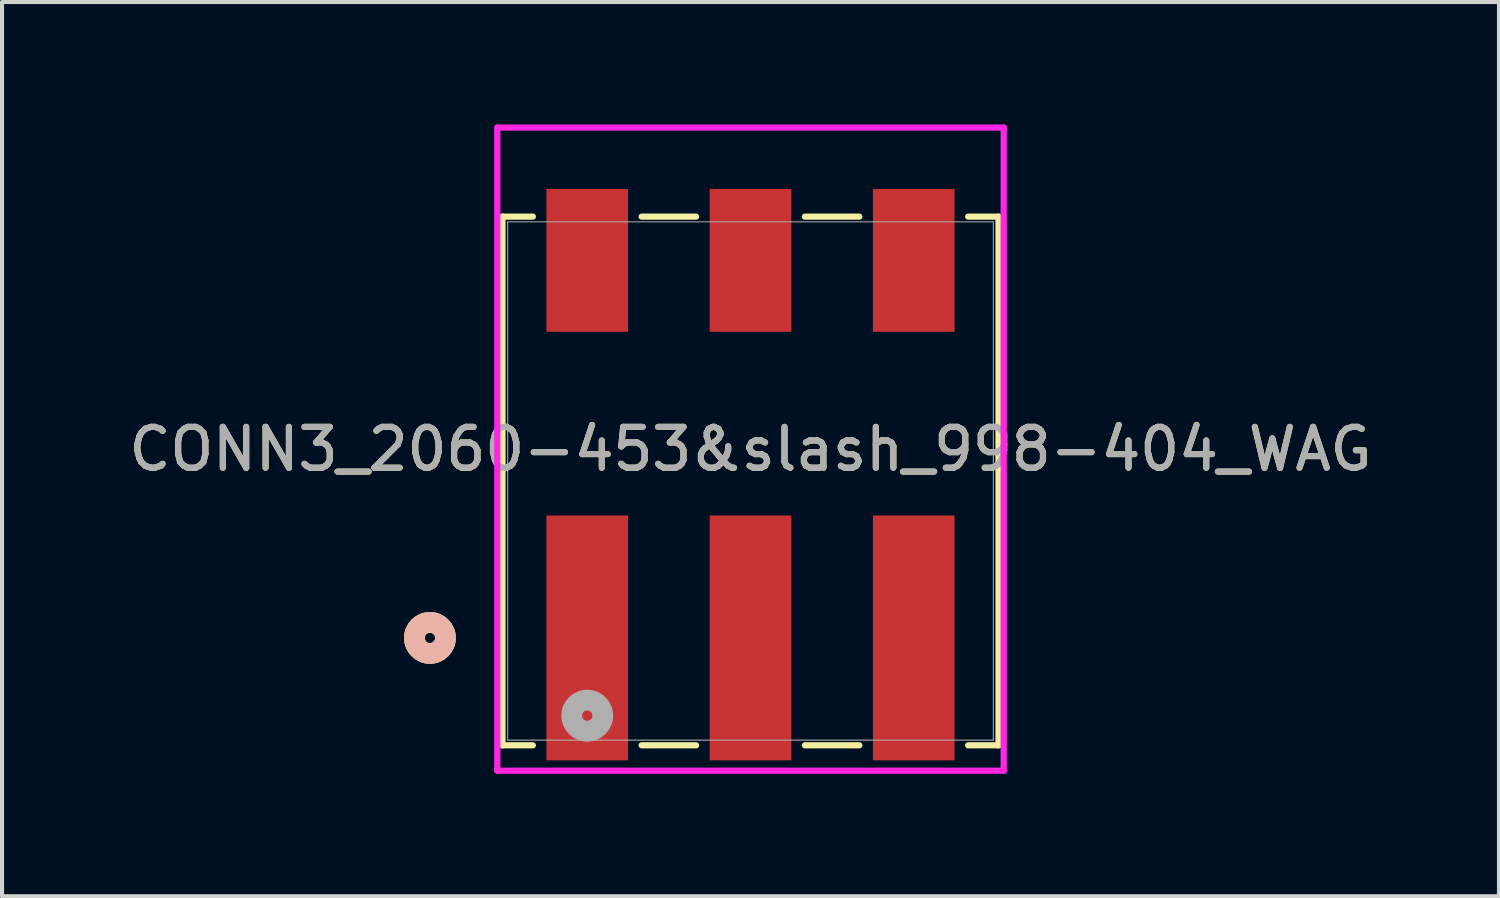
<source format=kicad_pcb>
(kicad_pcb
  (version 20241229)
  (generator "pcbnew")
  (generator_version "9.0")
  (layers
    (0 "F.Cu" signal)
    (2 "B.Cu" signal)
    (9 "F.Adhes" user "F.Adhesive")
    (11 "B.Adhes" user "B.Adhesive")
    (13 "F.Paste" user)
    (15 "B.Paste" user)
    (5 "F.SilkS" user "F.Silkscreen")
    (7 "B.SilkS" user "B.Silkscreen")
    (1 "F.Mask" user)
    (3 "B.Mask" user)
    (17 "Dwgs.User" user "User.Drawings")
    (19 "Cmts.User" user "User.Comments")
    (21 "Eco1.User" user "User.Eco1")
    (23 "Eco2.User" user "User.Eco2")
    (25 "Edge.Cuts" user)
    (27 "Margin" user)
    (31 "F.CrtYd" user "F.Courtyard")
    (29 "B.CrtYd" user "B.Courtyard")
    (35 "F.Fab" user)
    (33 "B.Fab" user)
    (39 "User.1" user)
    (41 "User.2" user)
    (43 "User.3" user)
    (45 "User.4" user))
  (footprint "CONN3_2060-453&slash_998-404_WAG"
    (layer "F.Cu")
    (at 15.339 8.735)
    (property "Reference" "CONN3_2060-453&slash_998-404_WAG" (at 0 -0.78 0) (unlocked yes) (layer "F.SilkS") (effects (font (size 1 1) (thickness 0.15))))
    (attr smd)
    (fp_line (start -6.077 -6.477) (end -6.077 6.477) (stroke (width 0.152) (type solid)) (layer "F.SilkS"))
    (fp_line (start -6.077 6.477) (end -5.333 6.477) (stroke (width 0.152) (type solid)) (layer "F.SilkS"))
    (fp_line (start -5.333 -6.477) (end -6.077 -6.477) (stroke (width 0.152) (type solid)) (layer "F.SilkS"))
    (fp_line (start -2.667 6.477) (end -1.333 6.477) (stroke (width 0.152) (type solid)) (layer "F.SilkS"))
    (fp_line (start -1.333 -6.477) (end -2.667 -6.477) (stroke (width 0.152) (type solid)) (layer "F.SilkS"))
    (fp_line (start 1.333 6.477) (end 2.667 6.477) (stroke (width 0.152) (type solid)) (layer "F.SilkS"))
    (fp_line (start 2.667 -6.477) (end 1.333 -6.477) (stroke (width 0.152) (type solid)) (layer "F.SilkS"))
    (fp_line (start 5.333 6.477) (end 6.077 6.477) (stroke (width 0.152) (type solid)) (layer "F.SilkS"))
    (fp_line (start 6.077 -6.477) (end 5.333 -6.477) (stroke (width 0.152) (type solid)) (layer "F.SilkS"))
    (fp_line (start 6.077 6.477) (end 6.077 -6.477) (stroke (width 0.152) (type solid)) (layer "F.SilkS"))
    (fp_circle (center -7.855 3.845) (end -7.474 3.845) (stroke (width 0.508) (type solid)) (fill no) (layer "F.SilkS"))
    (fp_circle (center -7.855 3.845) (end -7.474 3.845) (stroke (width 0.508) (type solid)) (fill no) (layer "B.SilkS"))
    (fp_poly (pts (xy -4 -5.494) (xy -3.949 -5.494) (xy -3.949 -5.405) (xy -4 -5.405)) (stroke (width 0) (type solid)) (fill yes) (layer "F.Paste"))
    (fp_poly (pts (xy -4 3.756) (xy -3.949 3.756) (xy -3.949 3.845) (xy -4 3.845)) (stroke (width 0) (type solid)) (fill yes) (layer "F.Paste"))
    (fp_poly (pts (xy 0 -5.494) (xy 0.051 -5.494) (xy 0.051 -5.405) (xy 0 -5.405)) (stroke (width 0) (type solid)) (fill yes) (layer "F.Paste"))
    (fp_poly (pts (xy 0 3.756) (xy 0.051 3.756) (xy 0.051 3.845) (xy 0 3.845)) (stroke (width 0) (type solid)) (fill yes) (layer "F.Paste"))
    (fp_poly (pts (xy 4 -5.494) (xy 4.051 -5.494) (xy 4.051 -5.405) (xy 4 -5.405)) (stroke (width 0) (type solid)) (fill yes) (layer "F.Paste"))
    (fp_poly (pts (xy 4 3.756) (xy 4.051 3.756) (xy 4.051 3.845) (xy 4 3.845)) (stroke (width 0) (type solid)) (fill yes) (layer "F.Paste"))
    (fp_line (start -6.204 -8.659) (end -6.204 7.099) (stroke (width 0.152) (type solid)) (layer "F.CrtYd"))
    (fp_line (start -6.204 7.099) (end 6.204 7.099) (stroke (width 0.152) (type solid)) (layer "F.CrtYd"))
    (fp_line (start 6.204 -8.659) (end -6.204 -8.659) (stroke (width 0.152) (type solid)) (layer "F.CrtYd"))
    (fp_line (start 6.204 7.099) (end 6.204 -8.659) (stroke (width 0.152) (type solid)) (layer "F.CrtYd"))
    (fp_line (start -5.95 -6.35) (end -5.95 6.35) (stroke (width 0.025) (type solid)) (layer "F.Fab"))
    (fp_line (start -5.95 6.35) (end 5.95 6.35) (stroke (width 0.025) (type solid)) (layer "F.Fab"))
    (fp_line (start 5.95 -6.35) (end -5.95 -6.35) (stroke (width 0.025) (type solid)) (layer "F.Fab"))
    (fp_line (start 5.95 6.35) (end 5.95 -6.35) (stroke (width 0.025) (type solid)) (layer "F.Fab"))
    (fp_circle (center -4 5.75) (end -3.619 5.75) (stroke (width 0.508) (type solid)) (fill no) (layer "F.Fab"))
    (fp_text user "${REFERENCE}" (at 0 -0.78 0) (unlocked yes) (layer "F.Fab") (effects (font (size 1 1) (thickness 0.15))))
    (pad "1" smd rect (at -4 3.845) (size 2 6) (layers "F.Cu" "F.Mask"))
    (pad "2" smd rect (at -4 -5.405) (size 2 3.5) (layers "F.Cu" "F.Mask"))
    (pad "3" smd rect (at 0 3.845) (size 2 6) (layers "F.Cu" "F.Mask"))
    (pad "4" smd rect (at 0 -5.405) (size 2 3.5) (layers "F.Cu" "F.Mask"))
    (pad "5" smd rect (at 4 3.845) (size 2 6) (layers "F.Cu" "F.Mask"))
    (pad "6" smd rect (at 4 -5.405) (size 2 3.5) (layers "F.Cu" "F.Mask")))
  (gr_rect
    (start -3 -3)
    (end 33.679 18.91)
    (stroke (width 0.1) (type default))
    (fill no)
    (layer "Edge.Cuts")))
</source>
